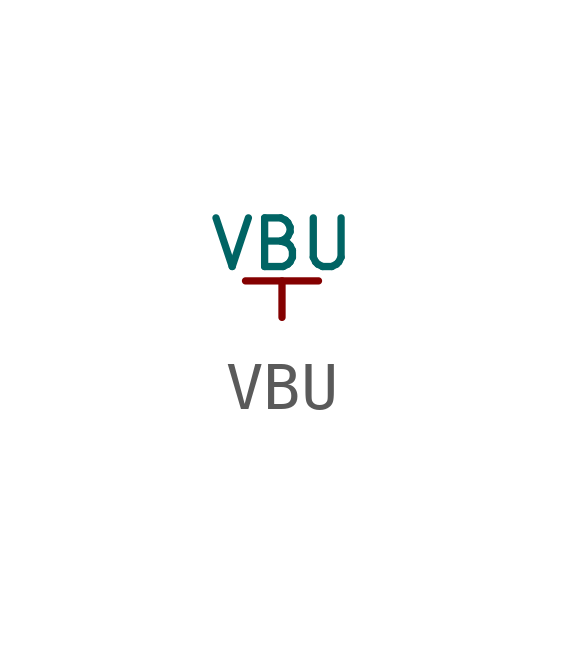
<source format=kicad_sym>
(kicad_symbol_lib
  (version 20211014)
  (generator kicad_symbol_editor)
  (symbol "VBU"
    (power)
    (pin_numbers hide)
    (pin_names
      (offset 0) hide)
    (property "Reference" "#PWR"
      (at 0.254 0 0)
      (effects (font (size 0.508 0.508)) hide))
    (property "Value" "VBU"
      (at 0 1.524 0)
      (effects (font (size 1.016 1.016))))
    (symbol "VBU_0_1"
      (polyline (pts (xy -0.762 0.762) (xy 0.762 0.762)) (stroke (width 0) (type default) (color 0 0 0 0)) (fill (type none)))
      (polyline (pts (xy 0 0) (xy 0 0.762)) (stroke (width 0) (type default) (color 0 0 0 0)) (fill (type none))))
    (symbol "VBU_1_1"
      (pin power_in line (at 0 0 90) (length 0) hide (name "VBU" (effects (font (size 1.27 1.27)))) (number "1" (effects (font (size 1.27 1.27))))))))
</source>
